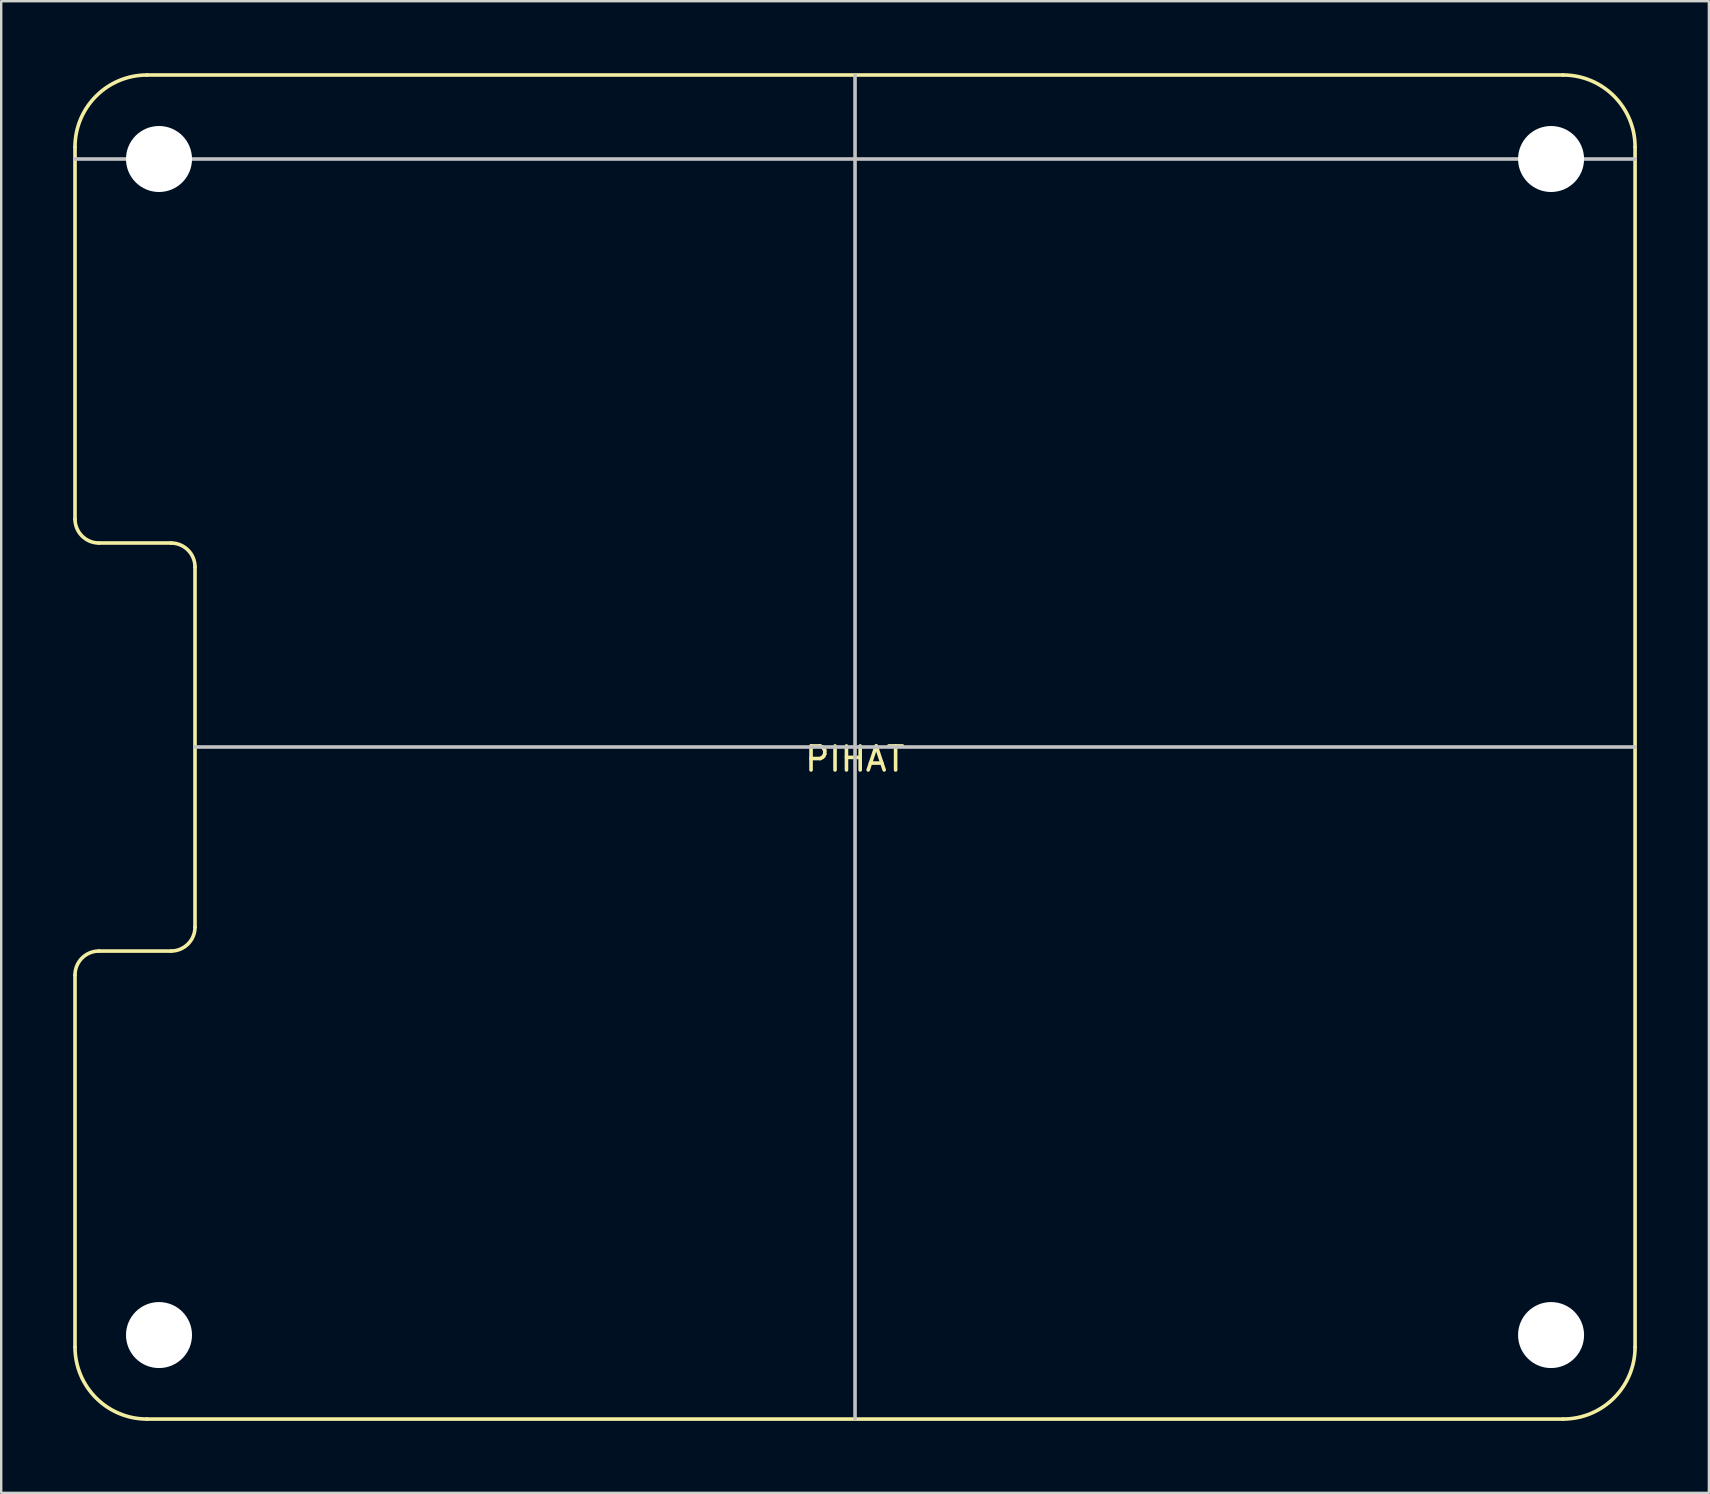
<source format=kicad_pcb>
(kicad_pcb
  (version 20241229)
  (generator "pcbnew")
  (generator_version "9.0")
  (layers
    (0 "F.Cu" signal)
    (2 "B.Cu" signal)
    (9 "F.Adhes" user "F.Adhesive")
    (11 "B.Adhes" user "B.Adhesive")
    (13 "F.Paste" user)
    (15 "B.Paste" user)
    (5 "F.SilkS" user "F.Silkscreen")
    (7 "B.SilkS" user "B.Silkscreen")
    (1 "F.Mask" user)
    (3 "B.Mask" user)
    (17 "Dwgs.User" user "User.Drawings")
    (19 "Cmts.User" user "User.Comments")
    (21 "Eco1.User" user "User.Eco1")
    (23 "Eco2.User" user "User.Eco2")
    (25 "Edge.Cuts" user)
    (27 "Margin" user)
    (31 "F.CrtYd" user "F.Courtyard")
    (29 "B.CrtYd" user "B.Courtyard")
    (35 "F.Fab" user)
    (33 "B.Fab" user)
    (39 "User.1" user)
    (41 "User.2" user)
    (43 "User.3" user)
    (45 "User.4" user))
  (footprint "PIHAT"
    (layer "F.Cu")
    (at 32.575 28.075)
    (property "Reference" "PIHAT" (at 0 0.5 0) (layer "F.SilkS") (effects (font (size 1 1) (thickness 0.15))))
    (attr through_hole)
    (fp_line (start -32.5 -25) (end -32.5 -9.5) (stroke (width 0.15) (type solid)) (layer "F.SilkS"))
    (fp_line (start -32.5 9.5) (end -32.5 25) (stroke (width 0.15) (type solid)) (layer "F.SilkS"))
    (fp_line (start -31.5 -8.5) (end -28.5 -8.5) (stroke (width 0.15) (type solid)) (layer "F.SilkS"))
    (fp_line (start -31.5 8.5) (end -28.5 8.5) (stroke (width 0.15) (type solid)) (layer "F.SilkS"))
    (fp_line (start -29.5 -28) (end 29.5 -28) (stroke (width 0.15) (type solid)) (layer "F.SilkS"))
    (fp_line (start -27.5 7.5) (end -27.5 -7.5) (stroke (width 0.15) (type solid)) (layer "F.SilkS"))
    (fp_line (start 29.5 28) (end -29.5 28) (stroke (width 0.15) (type solid)) (layer "F.SilkS"))
    (fp_line (start 32.5 -25) (end 32.5 25) (stroke (width 0.15) (type solid)) (layer "F.SilkS"))
    (fp_arc (start -32.5 -25) (mid -31.62132 -27.12132) (end -29.5 -28) (stroke (width 0.15) (type solid)) (layer "F.SilkS"))
    (fp_arc (start -32.5 9.5) (mid -32.207107 8.792893) (end -31.5 8.5) (stroke (width 0.15) (type solid)) (layer "F.SilkS"))
    (fp_arc (start -31.5 -8.5) (mid -32.207107 -8.792893) (end -32.5 -9.5) (stroke (width 0.15) (type solid)) (layer "F.SilkS"))
    (fp_arc (start -29.5 28) (mid -31.62132 27.12132) (end -32.5 25) (stroke (width 0.15) (type solid)) (layer "F.SilkS"))
    (fp_arc (start -28.5 -8.5) (mid -27.792893 -8.207107) (end -27.5 -7.5) (stroke (width 0.15) (type solid)) (layer "F.SilkS"))
    (fp_arc (start -27.5 7.5) (mid -27.792893 8.207107) (end -28.5 8.5) (stroke (width 0.15) (type solid)) (layer "F.SilkS"))
    (fp_arc (start 29.5 -28) (mid 31.62132 -27.12132) (end 32.5 -25) (stroke (width 0.15) (type solid)) (layer "F.SilkS"))
    (fp_arc (start 32.5 25) (mid 31.62132 27.12132) (end 29.5 28) (stroke (width 0.15) (type solid)) (layer "F.SilkS"))
    (fp_line (start 0 28) (end 0 -28) (stroke (width 0.15) (type solid)) (layer "Dwgs.User"))
    (fp_line (start 32.5 -24.5) (end -32.5 -24.5) (stroke (width 0.15) (type solid)) (layer "Dwgs.User"))
    (fp_line (start 32.5 0) (end -27.5 0) (stroke (width 0.15) (type solid)) (layer "Dwgs.User"))
    (pad "" np_thru_hole circle (at -29 -24.5) (size 2.75 2.75) (drill 2.75) (layers "*.Cu" "*.Mask"))
    (pad "" np_thru_hole circle (at -29 24.5) (size 2.75 2.75) (drill 2.75) (layers "*.Cu" "*.Mask"))
    (pad "" np_thru_hole circle (at 29 -24.5) (size 2.75 2.75) (drill 2.75) (layers "*.Cu" "*.Mask"))
    (pad "" np_thru_hole circle (at 29 24.5) (size 2.75 2.75) (drill 2.75) (layers "*.Cu" "*.Mask")))
  (gr_rect
    (start -3 -3)
    (end 68.15 59.15)
    (stroke (width 0.1) (type default))
    (fill no)
    (layer "Edge.Cuts")))
</source>
